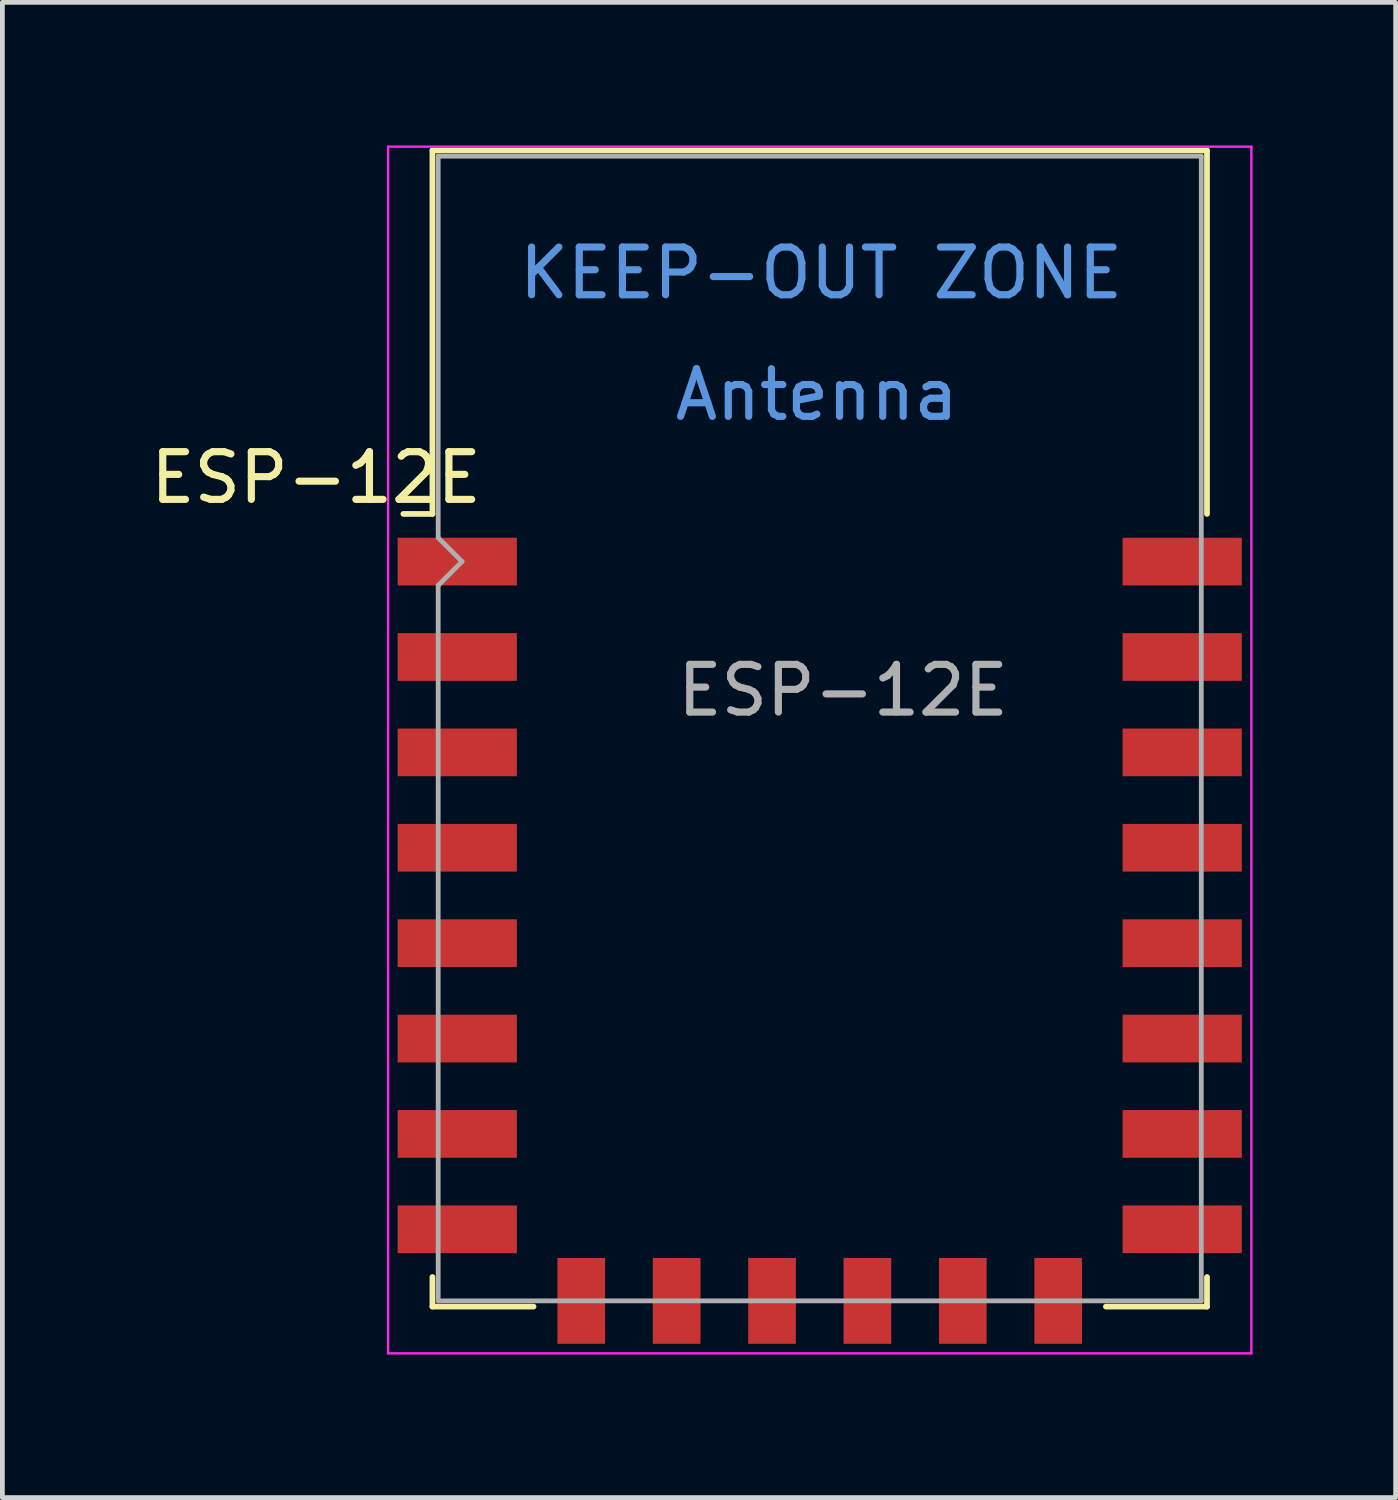
<source format=kicad_pcb>
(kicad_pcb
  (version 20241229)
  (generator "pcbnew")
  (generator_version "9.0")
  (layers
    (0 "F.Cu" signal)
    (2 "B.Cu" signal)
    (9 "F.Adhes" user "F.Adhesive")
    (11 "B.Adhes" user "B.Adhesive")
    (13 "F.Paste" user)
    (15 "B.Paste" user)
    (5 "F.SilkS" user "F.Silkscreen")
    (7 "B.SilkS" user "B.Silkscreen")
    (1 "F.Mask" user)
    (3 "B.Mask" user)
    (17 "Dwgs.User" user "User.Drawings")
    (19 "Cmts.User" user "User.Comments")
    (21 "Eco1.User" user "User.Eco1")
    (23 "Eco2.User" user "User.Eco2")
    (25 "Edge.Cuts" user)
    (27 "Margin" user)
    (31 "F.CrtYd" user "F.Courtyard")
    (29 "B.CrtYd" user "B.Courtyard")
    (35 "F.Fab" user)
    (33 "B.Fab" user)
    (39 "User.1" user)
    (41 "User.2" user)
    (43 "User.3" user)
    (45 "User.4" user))
  (footprint "ESP-12E"
    (layer "F.Cu")
    (at 14.137 12.225)
    (property "Reference" "ESP-12E" (at -10.56 -5.26 0) (layer "F.SilkS") (effects (font (size 1 1) (thickness 0.15))))
    (attr smd)
    (fp_line (start -8.12 -12.12) (end 8.12 -12.12) (stroke (width 0.12) (type solid)) (layer "F.SilkS"))
    (fp_line (start -8.12 -4.5) (end -8.73 -4.5) (stroke (width 0.12) (type solid)) (layer "F.SilkS"))
    (fp_line (start -8.12 -4.5) (end -8.12 -12.12) (stroke (width 0.12) (type solid)) (layer "F.SilkS"))
    (fp_line (start -8.12 12.12) (end -8.12 11.5) (stroke (width 0.12) (type solid)) (layer "F.SilkS"))
    (fp_line (start -6 12.12) (end -8.12 12.12) (stroke (width 0.12) (type solid)) (layer "F.SilkS"))
    (fp_line (start 8.12 -12.12) (end 8.12 -4.5) (stroke (width 0.12) (type solid)) (layer "F.SilkS"))
    (fp_line (start 8.12 11.5) (end 8.12 12.12) (stroke (width 0.12) (type solid)) (layer "F.SilkS"))
    (fp_line (start 8.12 12.12) (end 6 12.12) (stroke (width 0.12) (type solid)) (layer "F.SilkS"))
    (fp_line (start -9.05 -12.2) (end 9.05 -12.2) (stroke (width 0.05) (type solid)) (layer "F.CrtYd"))
    (fp_line (start -9.05 13.1) (end -9.05 -12.2) (stroke (width 0.05) (type solid)) (layer "F.CrtYd"))
    (fp_line (start 9.05 -12.2) (end 9.05 13.1) (stroke (width 0.05) (type solid)) (layer "F.CrtYd"))
    (fp_line (start 9.05 13.1) (end -9.05 13.1) (stroke (width 0.05) (type solid)) (layer "F.CrtYd"))
    (fp_line (start -8 -12) (end 8 -12) (stroke (width 0.1) (type solid)) (layer "F.Fab"))
    (fp_line (start -8 -4) (end -8 -12) (stroke (width 0.1) (type solid)) (layer "F.Fab"))
    (fp_line (start -8 -3) (end -7.5 -3.5) (stroke (width 0.1) (type solid)) (layer "F.Fab"))
    (fp_line (start -8 12) (end -8 -3) (stroke (width 0.1) (type solid)) (layer "F.Fab"))
    (fp_line (start -7.5 -3.5) (end -8 -4) (stroke (width 0.1) (type solid)) (layer "F.Fab"))
    (fp_line (start 8 -12) (end 8 12) (stroke (width 0.1) (type solid)) (layer "F.Fab"))
    (fp_line (start 8 12) (end -8 12) (stroke (width 0.1) (type solid)) (layer "F.Fab"))
    (fp_text user "KEEP-OUT ZONE" (at 0.03 -9.55 180) (layer "Cmts.User") (effects (font (size 1 1) (thickness 0.15))))
    (fp_text user "Antenna" (at -0.06 -7 180) (layer "Cmts.User") (effects (font (size 1 1) (thickness 0.15))))
    (fp_text user "${REFERENCE}" (at 0.49 -0.8 0) (layer "F.Fab") (effects (font (size 1 1) (thickness 0.15))))
    (pad "1" smd rect (at -7.6 -3.5) (size 2.5 1) (layers "F.Cu" "F.Mask" "F.Paste"))
    (pad "2" smd rect (at -7.6 -1.5) (size 2.5 1) (layers "F.Cu" "F.Mask" "F.Paste"))
    (pad "3" smd rect (at -7.6 0.5) (size 2.5 1) (layers "F.Cu" "F.Mask" "F.Paste"))
    (pad "4" smd rect (at -7.6 2.5) (size 2.5 1) (layers "F.Cu" "F.Mask" "F.Paste"))
    (pad "5" smd rect (at -7.6 4.5) (size 2.5 1) (layers "F.Cu" "F.Mask" "F.Paste"))
    (pad "6" smd rect (at -7.6 6.5) (size 2.5 1) (layers "F.Cu" "F.Mask" "F.Paste"))
    (pad "7" smd rect (at -7.6 8.5) (size 2.5 1) (layers "F.Cu" "F.Mask" "F.Paste"))
    (pad "8" smd rect (at -7.6 10.5) (size 2.5 1) (layers "F.Cu" "F.Mask" "F.Paste"))
    (pad "9" smd rect (at -5 12) (size 1 1.8) (layers "F.Cu" "F.Mask" "F.Paste"))
    (pad "10" smd rect (at -3 12) (size 1 1.8) (layers "F.Cu" "F.Mask" "F.Paste"))
    (pad "11" smd rect (at -1 12) (size 1 1.8) (layers "F.Cu" "F.Mask" "F.Paste"))
    (pad "12" smd rect (at 1 12) (size 1 1.8) (layers "F.Cu" "F.Mask" "F.Paste"))
    (pad "13" smd rect (at 3 12) (size 1 1.8) (layers "F.Cu" "F.Mask" "F.Paste"))
    (pad "14" smd rect (at 5 12) (size 1 1.8) (layers "F.Cu" "F.Mask" "F.Paste"))
    (pad "15" smd rect (at 7.6 10.5) (size 2.5 1) (layers "F.Cu" "F.Mask" "F.Paste"))
    (pad "16" smd rect (at 7.6 8.5) (size 2.5 1) (layers "F.Cu" "F.Mask" "F.Paste"))
    (pad "17" smd rect (at 7.6 6.5) (size 2.5 1) (layers "F.Cu" "F.Mask" "F.Paste"))
    (pad "18" smd rect (at 7.6 4.5) (size 2.5 1) (layers "F.Cu" "F.Mask" "F.Paste"))
    (pad "19" smd rect (at 7.6 2.5) (size 2.5 1) (layers "F.Cu" "F.Mask" "F.Paste"))
    (pad "20" smd rect (at 7.6 0.5) (size 2.5 1) (layers "F.Cu" "F.Mask" "F.Paste"))
    (pad "21" smd rect (at 7.6 -1.5) (size 2.5 1) (layers "F.Cu" "F.Mask" "F.Paste"))
    (pad "22" smd rect (at 7.6 -3.5) (size 2.5 1) (layers "F.Cu" "F.Mask" "F.Paste"))
    (zone (net_name "") (layers "F.Cu" "B.Cu") (hatch full 0.508) (connect_pads) (min_thickness 0.254) (filled_areas_thickness no) (keepout (tracks not_allowed) (vias not_allowed) (pads not_allowed) (copperpour not_allowed) (footprints not_allowed)) (placement (enabled no)) (fill) (polygon (pts (xy 6.017 7.425) (xy 22.257 7.425) (xy 22.257 0.105) (xy 6.017 0.105)))))
  (gr_rect
    (start -3 -3)
    (end 26.212 28.35)
    (stroke (width 0.1) (type default))
    (fill no)
    (layer "Edge.Cuts")))
</source>
